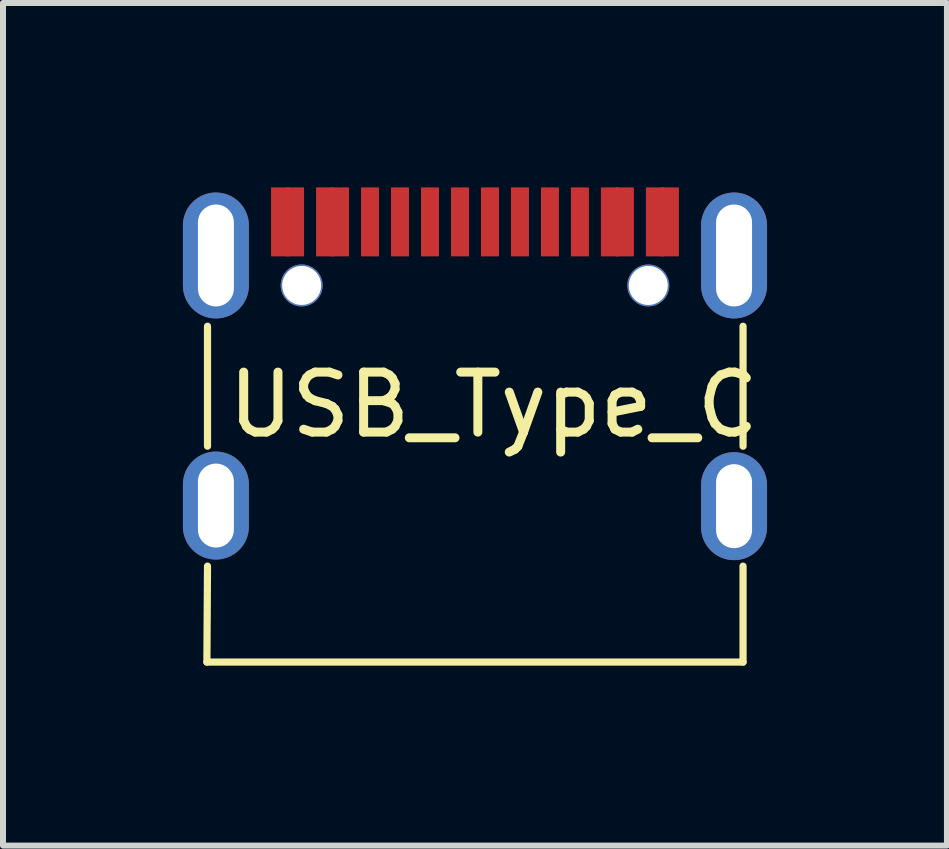
<source format=kicad_pcb>
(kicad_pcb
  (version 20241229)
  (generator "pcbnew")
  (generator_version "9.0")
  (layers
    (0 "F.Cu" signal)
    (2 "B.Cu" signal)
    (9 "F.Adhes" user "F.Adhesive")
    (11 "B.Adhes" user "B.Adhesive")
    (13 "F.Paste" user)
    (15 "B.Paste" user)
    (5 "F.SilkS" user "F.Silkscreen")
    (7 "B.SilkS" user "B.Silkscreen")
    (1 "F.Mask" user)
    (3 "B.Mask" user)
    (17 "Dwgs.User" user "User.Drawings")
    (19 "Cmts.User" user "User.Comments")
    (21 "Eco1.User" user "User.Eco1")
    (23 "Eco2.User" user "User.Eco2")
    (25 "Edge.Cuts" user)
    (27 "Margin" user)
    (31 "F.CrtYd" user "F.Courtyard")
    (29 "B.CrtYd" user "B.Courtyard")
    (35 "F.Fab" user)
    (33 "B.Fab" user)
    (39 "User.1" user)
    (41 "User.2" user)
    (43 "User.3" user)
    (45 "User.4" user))
  (footprint "USB_Type_C"
    (layer "F.Cu")
    (at 9.45 0.25)
    (property "Reference" "USB_Type_C" (at -4.27 3.45 0) (layer "F.SilkS") (effects (font (size 1 1) (thickness 0.15))))
    (attr through_hole)
    (fp_line (start -9.05 7.74) (end -9.04 6.14) (stroke (width 0.12) (type solid)) (layer "F.SilkS"))
    (fp_line (start -9.05 7.74) (end -0.11 7.74) (stroke (width 0.12) (type solid)) (layer "F.SilkS"))
    (fp_line (start -9.04 4.14) (end -9.04 2.14) (stroke (width 0.12) (type solid)) (layer "F.SilkS"))
    (fp_line (start -0.11 4.14) (end -0.11 2.14) (stroke (width 0.12) (type solid)) (layer "F.SilkS"))
    (fp_line (start -0.11 7.74) (end -0.11 6.14) (stroke (width 0.12) (type solid)) (layer "F.SilkS"))
    (pad "" thru_hole oval (at -8.9 0.96) (size 1.1 2.1) (drill oval 0.6 1.7) (layers "*.Cu" "*.Mask"))
    (pad "" thru_hole oval (at -8.9 5.13) (size 1.1 1.8) (drill oval 0.6 1.4) (layers "*.Cu" "*.Mask"))
    (pad "" thru_hole circle (at -7.47 1.46) (size 0.7 0.7) (drill 0.65) (layers "*.Cu" "*.Mask"))
    (pad "" thru_hole circle (at -1.69 1.46) (size 0.7 0.7) (drill 0.65) (layers "*.Cu" "*.Mask"))
    (pad "" thru_hole oval (at -0.26 0.96) (size 1.1 2.1) (drill oval 0.6 1.7) (layers "*.Cu" "*.Mask"))
    (pad "" thru_hole oval (at -0.26 5.14) (size 1.1 1.8) (drill oval 0.6 1.4) (layers "*.Cu" "*.Mask"))
    (pad "1" smd rect (at -7.83 0.4) (size 0.3 1.15) (layers "F.Cu" "F.Mask" "F.Paste"))
    (pad "2" smd rect (at -7.58 0.4) (size 0.3 1.15) (layers "F.Cu" "F.Mask" "F.Paste"))
    (pad "3" smd rect (at -7.08 0.4) (size 0.3 1.15) (layers "F.Cu" "F.Mask" "F.Paste"))
    (pad "4" smd rect (at -6.83 0.4) (size 0.3 1.15) (layers "F.Cu" "F.Mask" "F.Paste"))
    (pad "5" smd rect (at -5.83 0.4) (size 0.3 1.15) (layers "F.Cu" "F.Mask" "F.Paste"))
    (pad "6" smd rect (at -6.33 0.4) (size 0.3 1.15) (layers "F.Cu" "F.Mask" "F.Paste"))
    (pad "7" smd rect (at -4.83 0.4) (size 0.3 1.15) (layers "F.Cu" "F.Mask" "F.Paste"))
    (pad "8" smd rect (at -5.33 0.4) (size 0.3 1.15) (layers "F.Cu" "F.Mask" "F.Paste"))
    (pad "9" smd rect (at -4.33 0.4) (size 0.3 1.15) (layers "F.Cu" "F.Mask" "F.Paste"))
    (pad "10" smd rect (at -3.83 0.4) (size 0.3 1.15) (layers "F.Cu" "F.Mask" "F.Paste"))
    (pad "11" smd rect (at -3.33 0.4) (size 0.3 1.15) (layers "F.Cu" "F.Mask" "F.Paste"))
    (pad "12" smd rect (at -2.83 0.4) (size 0.3 1.15) (layers "F.Cu" "F.Mask" "F.Paste"))
    (pad "13" smd rect (at -2.08 0.4) (size 0.3 1.15) (layers "F.Cu" "F.Mask" "F.Paste"))
    (pad "14" smd rect (at -2.33 0.4) (size 0.3 1.15) (layers "F.Cu" "F.Mask" "F.Paste"))
    (pad "15" smd rect (at -1.33 0.4) (size 0.3 1.15) (layers "F.Cu" "F.Mask" "F.Paste"))
    (pad "16" smd rect (at -1.58 0.4) (size 0.3 1.15) (layers "F.Cu" "F.Mask" "F.Paste")))
  (gr_rect
    (start -3 -3)
    (end 12.74 11.05)
    (stroke (width 0.1) (type default))
    (fill no)
    (layer "Edge.Cuts")))
</source>
